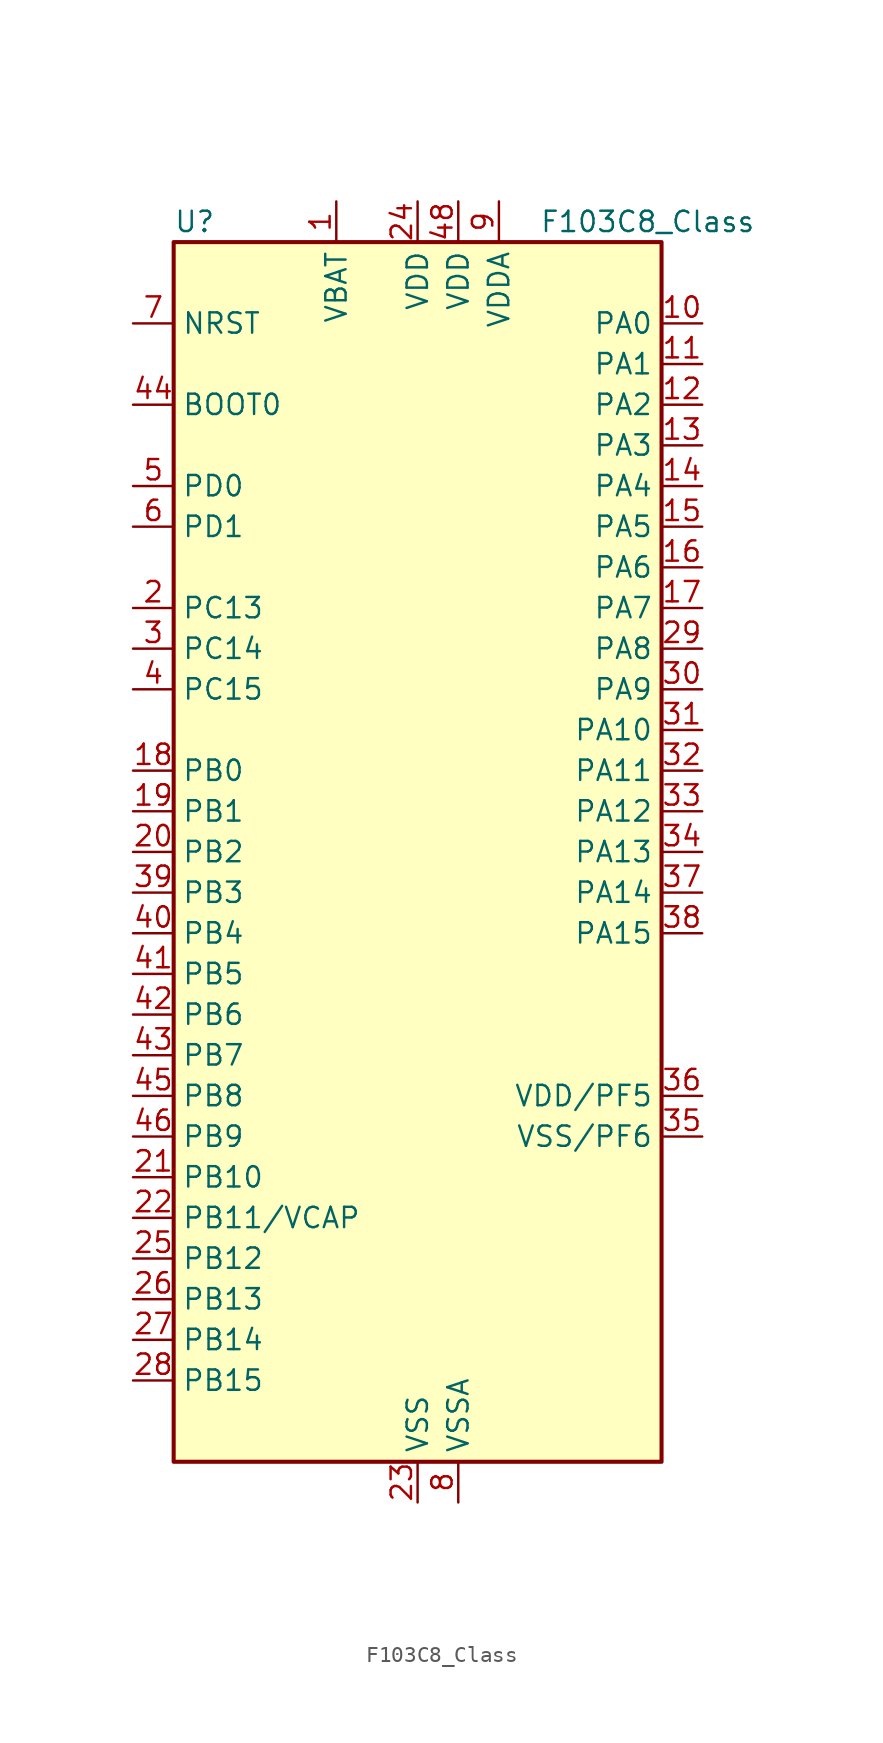
<source format=kicad_sym>
(kicad_symbol_lib
  (version 20241209)
  (generator "kicad_symbol_editor")
  (generator_version "9.0")
  (symbol "F103C8_Class"
    (property "Reference" "U"
      (at -15.24 39.37 0)
      (effects (font (size 1.27 1.27)) (justify left)))
    (property "Value" "F103C8_Class"
      (at 7.62 39.37 0)
      (effects (font (size 1.27 1.27)) (justify left)))
    (symbol "F103C8_Class_0_1"
      (rectangle (start -15.24 -38.1) (end 15.24 38.1) (stroke (width 0.254) (type default)) (fill (type background))))
    (symbol "F103C8_Class_1_1"
      (pin input line (at -17.78 33.02 0) (length 2.54) (name "NRST" (effects (font (size 1.27 1.27)))) (number "7" (effects (font (size 1.27 1.27)))))
      (pin input line (at -17.78 27.94 0) (length 2.54) (name "BOOT0" (effects (font (size 1.27 1.27)))) (number "44" (effects (font (size 1.27 1.27)))))
      (pin bidirectional line (at -17.78 22.86 0) (length 2.54) (name "PD0" (effects (font (size 1.27 1.27)))) (number "5" (effects (font (size 1.27 1.27)))) (alternate "RCC_OSC_IN" bidirectional line))
      (pin bidirectional line (at -17.78 20.32 0) (length 2.54) (name "PD1" (effects (font (size 1.27 1.27)))) (number "6" (effects (font (size 1.27 1.27)))) (alternate "RCC_OSC_OUT" bidirectional line))
      (pin bidirectional line (at -17.78 15.24 0) (length 2.54) (name "PC13" (effects (font (size 1.27 1.27)))) (number "2" (effects (font (size 1.27 1.27)))) (alternate "RTC_OUT" bidirectional line) (alternate "RTC_TAMPER" bidirectional line))
      (pin bidirectional line (at -17.78 12.7 0) (length 2.54) (name "PC14" (effects (font (size 1.27 1.27)))) (number "3" (effects (font (size 1.27 1.27)))) (alternate "RCC_OSC32_IN" bidirectional line))
      (pin bidirectional line (at -17.78 10.16 0) (length 2.54) (name "PC15" (effects (font (size 1.27 1.27)))) (number "4" (effects (font (size 1.27 1.27)))) (alternate "ADC1_EXTI15" bidirectional line) (alternate "ADC2_EXTI15" bidirectional line) (alternate "RCC_OSC32_OUT" bidirectional line))
      (pin bidirectional line (at -17.78 5.08 0) (length 2.54) (name "PB0" (effects (font (size 1.27 1.27)))) (number "18" (effects (font (size 1.27 1.27)))) (alternate "ADC1_IN8" bidirectional line) (alternate "ADC2_IN8" bidirectional line) (alternate "TIM1_CH2N" bidirectional line) (alternate "TIM3_CH3" bidirectional line))
      (pin bidirectional line (at -17.78 2.54 0) (length 2.54) (name "PB1" (effects (font (size 1.27 1.27)))) (number "19" (effects (font (size 1.27 1.27)))) (alternate "ADC1_IN9" bidirectional line) (alternate "ADC2_IN9" bidirectional line) (alternate "TIM1_CH3N" bidirectional line) (alternate "TIM3_CH4" bidirectional line))
      (pin bidirectional line (at -17.78 0 0) (length 2.54) (name "PB2" (effects (font (size 1.27 1.27)))) (number "20" (effects (font (size 1.27 1.27)))))
      (pin bidirectional line (at -17.78 -2.54 0) (length 2.54) (name "PB3" (effects (font (size 1.27 1.27)))) (number "39" (effects (font (size 1.27 1.27)))) (alternate "SPI1_SCK" bidirectional line) (alternate "SYS_JTDO-TRACESWO" bidirectional line) (alternate "TIM2_CH2" bidirectional line))
      (pin bidirectional line (at -17.78 -5.08 0) (length 2.54) (name "PB4" (effects (font (size 1.27 1.27)))) (number "40" (effects (font (size 1.27 1.27)))) (alternate "SPI1_MISO" bidirectional line) (alternate "SYS_NJTRST" bidirectional line) (alternate "TIM3_CH1" bidirectional line))
      (pin bidirectional line (at -17.78 -7.62 0) (length 2.54) (name "PB5" (effects (font (size 1.27 1.27)))) (number "41" (effects (font (size 1.27 1.27)))) (alternate "I2C1_SMBA" bidirectional line) (alternate "SPI1_MOSI" bidirectional line) (alternate "TIM3_CH2" bidirectional line))
      (pin bidirectional line (at -17.78 -10.16 0) (length 2.54) (name "PB6" (effects (font (size 1.27 1.27)))) (number "42" (effects (font (size 1.27 1.27)))) (alternate "I2C1_SCL" bidirectional line) (alternate "USART1_TX" bidirectional line))
      (pin bidirectional line (at -17.78 -12.7 0) (length 2.54) (name "PB7" (effects (font (size 1.27 1.27)))) (number "43" (effects (font (size 1.27 1.27)))) (alternate "I2C1_SDA" bidirectional line) (alternate "USART1_RX" bidirectional line))
      (pin bidirectional line (at -17.78 -15.24 0) (length 2.54) (name "PB8" (effects (font (size 1.27 1.27)))) (number "45" (effects (font (size 1.27 1.27)))) (alternate "CAN_RX" bidirectional line) (alternate "I2C1_SCL" bidirectional line))
      (pin bidirectional line (at -17.78 -17.78 0) (length 2.54) (name "PB9" (effects (font (size 1.27 1.27)))) (number "46" (effects (font (size 1.27 1.27)))) (alternate "CAN_TX" bidirectional line) (alternate "I2C1_SDA" bidirectional line))
      (pin bidirectional line (at -17.78 -20.32 0) (length 2.54) (name "PB10" (effects (font (size 1.27 1.27)))) (number "21" (effects (font (size 1.27 1.27)))) (alternate "TIM2_CH3" bidirectional line))
      (pin bidirectional line (at -17.78 -22.86 0) (length 2.54) (name "PB11/VCAP" (effects (font (size 1.27 1.27)))) (number "22" (effects (font (size 1.27 1.27)))) (alternate "ADC1_EXTI11" bidirectional line) (alternate "ADC2_EXTI11" bidirectional line) (alternate "TIM2_CH4" bidirectional line))
      (pin bidirectional line (at -17.78 -25.4 0) (length 2.54) (name "PB12" (effects (font (size 1.27 1.27)))) (number "25" (effects (font (size 1.27 1.27)))) (alternate "TIM1_BKIN" bidirectional line))
      (pin bidirectional line (at -17.78 -27.94 0) (length 2.54) (name "PB13" (effects (font (size 1.27 1.27)))) (number "26" (effects (font (size 1.27 1.27)))) (alternate "TIM1_CH1N" bidirectional line))
      (pin bidirectional line (at -17.78 -30.48 0) (length 2.54) (name "PB14" (effects (font (size 1.27 1.27)))) (number "27" (effects (font (size 1.27 1.27)))) (alternate "TIM1_CH2N" bidirectional line))
      (pin bidirectional line (at -17.78 -33.02 0) (length 2.54) (name "PB15" (effects (font (size 1.27 1.27)))) (number "28" (effects (font (size 1.27 1.27)))) (alternate "ADC1_EXTI15" bidirectional line) (alternate "ADC2_EXTI15" bidirectional line) (alternate "TIM1_CH3N" bidirectional line))
      (pin power_in line (at -5.08 40.64 270) (length 2.54) (name "VBAT" (effects (font (size 1.27 1.27)))) (number "1" (effects (font (size 1.27 1.27)))))
      (pin power_in line (at 0 40.64 270) (length 2.54) (name "VDD" (effects (font (size 1.27 1.27)))) (number "24" (effects (font (size 1.27 1.27)))))
      (pin power_in line (at 0 -40.64 90) (length 2.54) (name "VSS" (effects (font (size 1.27 1.27)))) (number "23" (effects (font (size 1.27 1.27)))))
      (pin passive line (at 0 -40.64 90) (length 2.54) (hide yes) (name "VSS" (effects (font (size 1.27 1.27)))) (number "47" (effects (font (size 1.27 1.27)))))
      (pin passive line (at 0 -40.64 90) (length 2.54) (hide yes) (name "VSS" (effects (font (size 1.27 1.27)))) (number "49" (effects (font (size 1.27 1.27)))))
      (pin power_in line (at 2.54 40.64 270) (length 2.54) (name "VDD" (effects (font (size 1.27 1.27)))) (number "48" (effects (font (size 1.27 1.27)))))
      (pin power_in line (at 2.54 -40.64 90) (length 2.54) (name "VSSA" (effects (font (size 1.27 1.27)))) (number "8" (effects (font (size 1.27 1.27)))))
      (pin power_in line (at 5.08 40.64 270) (length 2.54) (name "VDDA" (effects (font (size 1.27 1.27)))) (number "9" (effects (font (size 1.27 1.27)))))
      (pin bidirectional line (at 17.78 33.02 180) (length 2.54) (name "PA0" (effects (font (size 1.27 1.27)))) (number "10" (effects (font (size 1.27 1.27)))) (alternate "ADC1_IN0" bidirectional line) (alternate "ADC2_IN0" bidirectional line) (alternate "SYS_WKUP" bidirectional line) (alternate "TIM2_CH1" bidirectional line) (alternate "TIM2_ETR" bidirectional line) (alternate "USART2_CTS" bidirectional line))
      (pin bidirectional line (at 17.78 30.48 180) (length 2.54) (name "PA1" (effects (font (size 1.27 1.27)))) (number "11" (effects (font (size 1.27 1.27)))) (alternate "ADC1_IN1" bidirectional line) (alternate "ADC2_IN1" bidirectional line) (alternate "TIM2_CH2" bidirectional line) (alternate "USART2_RTS" bidirectional line))
      (pin bidirectional line (at 17.78 27.94 180) (length 2.54) (name "PA2" (effects (font (size 1.27 1.27)))) (number "12" (effects (font (size 1.27 1.27)))) (alternate "ADC1_IN2" bidirectional line) (alternate "ADC2_IN2" bidirectional line) (alternate "TIM2_CH3" bidirectional line) (alternate "USART2_TX" bidirectional line))
      (pin bidirectional line (at 17.78 25.4 180) (length 2.54) (name "PA3" (effects (font (size 1.27 1.27)))) (number "13" (effects (font (size 1.27 1.27)))) (alternate "ADC1_IN3" bidirectional line) (alternate "ADC2_IN3" bidirectional line) (alternate "TIM2_CH4" bidirectional line) (alternate "USART2_RX" bidirectional line))
      (pin bidirectional line (at 17.78 22.86 180) (length 2.54) (name "PA4" (effects (font (size 1.27 1.27)))) (number "14" (effects (font (size 1.27 1.27)))) (alternate "ADC1_IN4" bidirectional line) (alternate "ADC2_IN4" bidirectional line) (alternate "SPI1_NSS" bidirectional line) (alternate "USART2_CK" bidirectional line))
      (pin bidirectional line (at 17.78 20.32 180) (length 2.54) (name "PA5" (effects (font (size 1.27 1.27)))) (number "15" (effects (font (size 1.27 1.27)))) (alternate "ADC1_IN5" bidirectional line) (alternate "ADC2_IN5" bidirectional line) (alternate "SPI1_SCK" bidirectional line))
      (pin bidirectional line (at 17.78 17.78 180) (length 2.54) (name "PA6" (effects (font (size 1.27 1.27)))) (number "16" (effects (font (size 1.27 1.27)))) (alternate "ADC1_IN6" bidirectional line) (alternate "ADC2_IN6" bidirectional line) (alternate "SPI1_MISO" bidirectional line) (alternate "TIM1_BKIN" bidirectional line) (alternate "TIM3_CH1" bidirectional line))
      (pin bidirectional line (at 17.78 15.24 180) (length 2.54) (name "PA7" (effects (font (size 1.27 1.27)))) (number "17" (effects (font (size 1.27 1.27)))) (alternate "ADC1_IN7" bidirectional line) (alternate "ADC2_IN7" bidirectional line) (alternate "SPI1_MOSI" bidirectional line) (alternate "TIM1_CH1N" bidirectional line) (alternate "TIM3_CH2" bidirectional line))
      (pin bidirectional line (at 17.78 12.7 180) (length 2.54) (name "PA8" (effects (font (size 1.27 1.27)))) (number "29" (effects (font (size 1.27 1.27)))) (alternate "RCC_MCO" bidirectional line) (alternate "TIM1_CH1" bidirectional line) (alternate "USART1_CK" bidirectional line))
      (pin bidirectional line (at 17.78 10.16 180) (length 2.54) (name "PA9" (effects (font (size 1.27 1.27)))) (number "30" (effects (font (size 1.27 1.27)))) (alternate "TIM1_CH2" bidirectional line) (alternate "USART1_TX" bidirectional line))
      (pin bidirectional line (at 17.78 7.62 180) (length 2.54) (name "PA10" (effects (font (size 1.27 1.27)))) (number "31" (effects (font (size 1.27 1.27)))) (alternate "TIM1_CH3" bidirectional line) (alternate "USART1_RX" bidirectional line))
      (pin bidirectional line (at 17.78 5.08 180) (length 2.54) (name "PA11" (effects (font (size 1.27 1.27)))) (number "32" (effects (font (size 1.27 1.27)))) (alternate "ADC1_EXTI11" bidirectional line) (alternate "ADC2_EXTI11" bidirectional line) (alternate "CAN_RX" bidirectional line) (alternate "TIM1_CH4" bidirectional line) (alternate "USART1_CTS" bidirectional line) (alternate "USB_DM" bidirectional line))
      (pin bidirectional line (at 17.78 2.54 180) (length 2.54) (name "PA12" (effects (font (size 1.27 1.27)))) (number "33" (effects (font (size 1.27 1.27)))) (alternate "CAN_TX" bidirectional line) (alternate "TIM1_ETR" bidirectional line) (alternate "USART1_RTS" bidirectional line) (alternate "USB_DP" bidirectional line))
      (pin bidirectional line (at 17.78 0 180) (length 2.54) (name "PA13" (effects (font (size 1.27 1.27)))) (number "34" (effects (font (size 1.27 1.27)))) (alternate "SYS_JTMS-SWDIO" bidirectional line))
      (pin bidirectional line (at 17.78 -2.54 180) (length 2.54) (name "PA14" (effects (font (size 1.27 1.27)))) (number "37" (effects (font (size 1.27 1.27)))) (alternate "SYS_JTCK-SWCLK" bidirectional line))
      (pin bidirectional line (at 17.78 -5.08 180) (length 2.54) (name "PA15" (effects (font (size 1.27 1.27)))) (number "38" (effects (font (size 1.27 1.27)))) (alternate "ADC1_EXTI15" bidirectional line) (alternate "ADC2_EXTI15" bidirectional line) (alternate "SPI1_NSS" bidirectional line) (alternate "SYS_JTDI" bidirectional line) (alternate "TIM2_CH1" bidirectional line) (alternate "TIM2_ETR" bidirectional line))
      (pin bidirectional line (at 17.78 -15.24 180) (length 2.54) (name "VDD/PF5" (effects (font (size 1.27 1.27)))) (number "36" (effects (font (size 1.27 1.27)))))
      (pin bidirectional line (at 17.78 -17.78 180) (length 2.54) (name "VSS/PF6" (effects (font (size 1.27 1.27)))) (number "35" (effects (font (size 1.27 1.27))))))))
</source>
